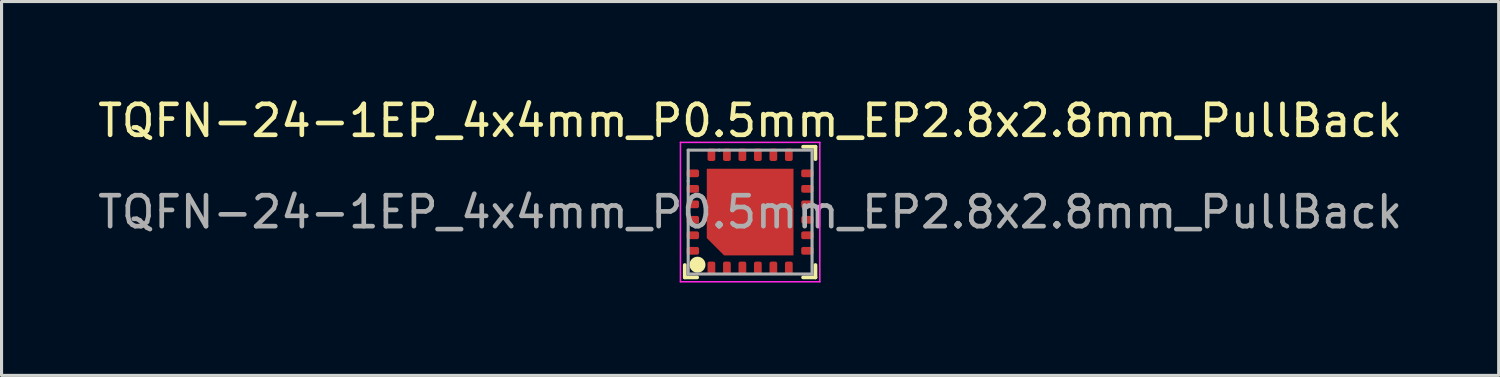
<source format=kicad_pcb>
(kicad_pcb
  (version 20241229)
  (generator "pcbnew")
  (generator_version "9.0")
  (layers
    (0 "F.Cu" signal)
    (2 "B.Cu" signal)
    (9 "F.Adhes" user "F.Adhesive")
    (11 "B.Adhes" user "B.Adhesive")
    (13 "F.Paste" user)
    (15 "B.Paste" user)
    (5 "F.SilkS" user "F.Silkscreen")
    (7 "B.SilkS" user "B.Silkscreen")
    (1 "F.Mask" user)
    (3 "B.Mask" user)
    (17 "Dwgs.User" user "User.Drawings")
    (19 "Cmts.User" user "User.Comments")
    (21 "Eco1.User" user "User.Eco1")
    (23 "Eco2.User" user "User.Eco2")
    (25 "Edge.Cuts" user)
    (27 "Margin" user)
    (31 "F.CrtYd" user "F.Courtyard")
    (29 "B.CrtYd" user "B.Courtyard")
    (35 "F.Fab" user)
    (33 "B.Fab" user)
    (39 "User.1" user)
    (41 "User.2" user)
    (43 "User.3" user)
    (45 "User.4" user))
  (footprint "TQFN-24-1EP_4x4mm_P0.5mm_EP2.8x2.8mm_PullBack"
    (layer "F.Cu")
    (at 21.173 3.798)
    (property "Reference" "TQFN-24-1EP_4x4mm_P0.5mm_EP2.8x2.8mm_PullBack" (at 0 -2.95 0) (layer "F.SilkS") (effects (font (size 1 1) (thickness 0.15))))
    (attr smd)
    (fp_line (start -2.11 2.11) (end -2.11 1.71) (stroke (width 0.12) (type solid)) (layer "F.SilkS"))
    (fp_line (start -1.71 2.11) (end -2.11 2.11) (stroke (width 0.12) (type solid)) (layer "F.SilkS"))
    (fp_line (start 1.71 -2.11) (end 2.11 -2.11) (stroke (width 0.12) (type solid)) (layer "F.SilkS"))
    (fp_line (start 1.71 2.11) (end 2.11 2.11) (stroke (width 0.12) (type solid)) (layer "F.SilkS"))
    (fp_line (start 2.11 -2.11) (end 2.11 -1.71) (stroke (width 0.12) (type solid)) (layer "F.SilkS"))
    (fp_line (start 2.11 2.11) (end 2.11 1.71) (stroke (width 0.12) (type solid)) (layer "F.SilkS"))
    (fp_circle (center -1.7 1.7) (end -1.55 1.75) (stroke (width 0.2) (type solid)) (fill yes) (layer "F.SilkS"))
    (fp_line (start -2.25 -2.25) (end -2.25 2.25) (stroke (width 0.05) (type solid)) (layer "F.CrtYd"))
    (fp_line (start -2.25 2.25) (end 2.25 2.25) (stroke (width 0.05) (type solid)) (layer "F.CrtYd"))
    (fp_line (start 2.25 -2.25) (end -2.25 -2.25) (stroke (width 0.05) (type solid)) (layer "F.CrtYd"))
    (fp_line (start 2.25 2.25) (end 2.25 -2.25) (stroke (width 0.05) (type solid)) (layer "F.CrtYd"))
    (fp_line (start -2 -2) (end -2 -1) (stroke (width 0.1) (type solid)) (layer "F.Fab"))
    (fp_line (start -2 -2) (end -1 -2) (stroke (width 0.1) (type solid)) (layer "F.Fab"))
    (fp_line (start -2 2) (end -2 -1) (stroke (width 0.1) (type solid)) (layer "F.Fab"))
    (fp_line (start -1 -2) (end 2 -2) (stroke (width 0.1) (type solid)) (layer "F.Fab"))
    (fp_line (start 2 -2) (end 2 2) (stroke (width 0.1) (type solid)) (layer "F.Fab"))
    (fp_line (start 2 2) (end -2 2) (stroke (width 0.1) (type solid)) (layer "F.Fab"))
    (fp_text user "${REFERENCE}" (at 0 0 0) (layer "F.Fab") (effects (font (size 1 1) (thickness 0.15))))
    (pad "" smd roundrect (at -0.7 -0.7) (size 1.13 1.13) (layers "F.Paste") (roundrect_rratio 0.221))
    (pad "" smd roundrect (at -0.7 0.7) (size 1.13 1.13) (layers "F.Paste") (roundrect_rratio 0.221))
    (pad "" smd roundrect (at 0.7 -0.7) (size 1.13 1.13) (layers "F.Paste") (roundrect_rratio 0.221))
    (pad "" smd roundrect (at 0.7 0.7) (size 1.13 1.13) (layers "F.Paste") (roundrect_rratio 0.221))
    (pad "1" smd roundrect (at -1.25 1.8) (size 0.25 0.4) (layers "F.Cu" "F.Mask" "F.Paste") (roundrect_rratio 0.25))
    (pad "2" smd roundrect (at -0.75 1.8) (size 0.25 0.4) (layers "F.Cu" "F.Mask" "F.Paste") (roundrect_rratio 0.25))
    (pad "3" smd roundrect (at -0.25 1.8) (size 0.25 0.4) (layers "F.Cu" "F.Mask" "F.Paste") (roundrect_rratio 0.25))
    (pad "4" smd roundrect (at 0.25 1.8) (size 0.25 0.4) (layers "F.Cu" "F.Mask" "F.Paste") (roundrect_rratio 0.25))
    (pad "5" smd roundrect (at 0.75 1.8) (size 0.25 0.4) (layers "F.Cu" "F.Mask" "F.Paste") (roundrect_rratio 0.25))
    (pad "6" smd roundrect (at 1.25 1.8) (size 0.25 0.4) (layers "F.Cu" "F.Mask" "F.Paste") (roundrect_rratio 0.25))
    (pad "7" smd roundrect (at 1.85 1.25 90) (size 0.25 0.4) (layers "F.Cu" "F.Mask" "F.Paste") (roundrect_rratio 0.25))
    (pad "8" smd roundrect (at 1.85 0.75 90) (size 0.25 0.4) (layers "F.Cu" "F.Mask" "F.Paste") (roundrect_rratio 0.25))
    (pad "9" smd roundrect (at 1.85 0.25 90) (size 0.25 0.4) (layers "F.Cu" "F.Mask" "F.Paste") (roundrect_rratio 0.25))
    (pad "10" smd roundrect (at 1.85 -0.25 90) (size 0.25 0.4) (layers "F.Cu" "F.Mask" "F.Paste") (roundrect_rratio 0.25))
    (pad "11" smd roundrect (at 1.85 -0.75 90) (size 0.25 0.4) (layers "F.Cu" "F.Mask" "F.Paste") (roundrect_rratio 0.25))
    (pad "12" smd roundrect (at 1.85 -1.25 90) (size 0.25 0.4) (layers "F.Cu" "F.Mask" "F.Paste") (roundrect_rratio 0.25))
    (pad "13" smd roundrect (at 1.25 -1.85) (size 0.25 0.4) (layers "F.Cu" "F.Mask" "F.Paste") (roundrect_rratio 0.25))
    (pad "14" smd roundrect (at 0.75 -1.85) (size 0.25 0.4) (layers "F.Cu" "F.Mask" "F.Paste") (roundrect_rratio 0.25))
    (pad "15" smd roundrect (at 0.25 -1.85) (size 0.25 0.4) (layers "F.Cu" "F.Mask" "F.Paste") (roundrect_rratio 0.25))
    (pad "16" smd roundrect (at -0.25 -1.85) (size 0.25 0.4) (layers "F.Cu" "F.Mask" "F.Paste") (roundrect_rratio 0.25))
    (pad "17" smd roundrect (at -0.75 -1.85) (size 0.25 0.4) (layers "F.Cu" "F.Mask" "F.Paste") (roundrect_rratio 0.25))
    (pad "18" smd roundrect (at -1.25 -1.85) (size 0.25 0.4) (layers "F.Cu" "F.Mask" "F.Paste") (roundrect_rratio 0.25))
    (pad "19" smd roundrect (at -1.85 -1.25 90) (size 0.25 0.4) (layers "F.Cu" "F.Mask" "F.Paste") (roundrect_rratio 0.25))
    (pad "20" smd roundrect (at -1.85 -0.75 90) (size 0.25 0.4) (layers "F.Cu" "F.Mask" "F.Paste") (roundrect_rratio 0.25))
    (pad "21" smd roundrect (at -1.85 -0.25 90) (size 0.25 0.4) (layers "F.Cu" "F.Mask" "F.Paste") (roundrect_rratio 0.25))
    (pad "22" smd roundrect (at -1.85 0.25 90) (size 0.25 0.4) (layers "F.Cu" "F.Mask" "F.Paste") (roundrect_rratio 0.25))
    (pad "23" smd roundrect (at -1.85 0.75 90) (size 0.25 0.4) (layers "F.Cu" "F.Mask" "F.Paste") (roundrect_rratio 0.25))
    (pad "24" smd roundrect (at -1.85 1.25 90) (size 0.25 0.4) (layers "F.Cu" "F.Mask" "F.Paste") (roundrect_rratio 0.25))
    (pad "25" smd roundrect (at 0 0) (size 2.8 2.8) (layers "F.Cu" "F.Mask") (roundrect_rratio 0) (chamfer_ratio 0.2) (chamfer bottom_left)))
  (gr_rect
    (start -3 -3)
    (end 45.345 9.073)
    (stroke (width 0.1) (type default))
    (fill no)
    (layer "Edge.Cuts")))
</source>
